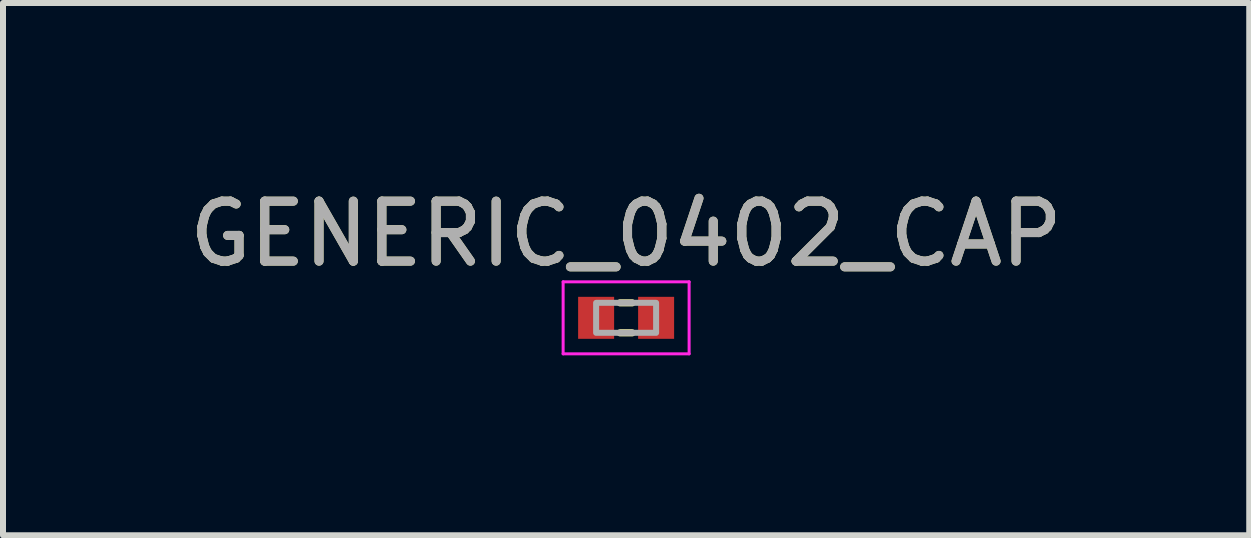
<source format=kicad_pcb>
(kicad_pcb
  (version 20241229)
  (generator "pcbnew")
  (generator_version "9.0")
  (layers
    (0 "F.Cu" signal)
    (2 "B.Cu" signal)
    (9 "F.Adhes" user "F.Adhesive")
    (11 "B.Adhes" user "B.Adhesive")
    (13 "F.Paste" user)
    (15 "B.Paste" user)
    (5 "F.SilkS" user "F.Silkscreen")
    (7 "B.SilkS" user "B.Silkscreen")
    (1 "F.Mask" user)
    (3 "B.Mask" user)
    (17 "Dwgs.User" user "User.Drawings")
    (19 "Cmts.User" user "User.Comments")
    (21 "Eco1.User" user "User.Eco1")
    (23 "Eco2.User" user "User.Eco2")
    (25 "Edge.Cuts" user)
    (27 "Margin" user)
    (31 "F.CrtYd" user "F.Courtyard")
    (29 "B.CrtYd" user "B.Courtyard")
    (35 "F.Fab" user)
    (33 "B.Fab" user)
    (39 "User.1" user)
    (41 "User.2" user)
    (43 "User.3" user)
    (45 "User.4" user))
  (footprint "GENERIC_0402_CAP"
    (layer "F.Cu")
    (at 7.387 2.248)
    (property "Reference" "GENERIC_0402_CAP" (at 0 -1.4 0) (unlocked yes) (layer "F.SilkS") (effects (font (size 1 1) (thickness 0.15))))
    (attr smd)
    (fp_line (start -0.1 -0.25) (end 0.1 -0.25) (stroke (width 0.12) (type solid)) (layer "F.SilkS"))
    (fp_line (start 0.1 0.25) (end -0.1 0.25) (stroke (width 0.12) (type solid)) (layer "F.SilkS"))
    (fp_line (start -1.05 0.6) (end -1.05 -0.6) (stroke (width 0.05) (type solid)) (layer "F.CrtYd"))
    (fp_line (start 1.05 -0.6) (end -1.05 -0.6) (stroke (width 0.05) (type solid)) (layer "F.CrtYd"))
    (fp_line (start 1.05 0.6) (end -1.05 0.6) (stroke (width 0.05) (type solid)) (layer "F.CrtYd"))
    (fp_line (start 1.05 0.6) (end 1.05 -0.6) (stroke (width 0.05) (type solid)) (layer "F.CrtYd"))
    (fp_rect (start -0.5 -0.25) (end 0.5 0.25) (stroke (width 0.1) (type solid)) (fill no) (layer "F.Fab"))
    (fp_text user "${REFERENCE}" (at 0 -1.4 0) (unlocked yes) (layer "F.Fab") (effects (font (size 1 1) (thickness 0.15))))
    (pad "1" smd rect (at -0.5 0) (size 0.6 0.7) (layers "F.Cu" "F.Mask" "F.Paste"))
    (pad "2" smd rect (at 0.5 0) (size 0.6 0.7) (layers "F.Cu" "F.Mask" "F.Paste")))
  (gr_rect
    (start -3 -3)
    (end 17.774 5.873)
    (stroke (width 0.1) (type default))
    (fill no)
    (layer "Edge.Cuts")))
</source>
